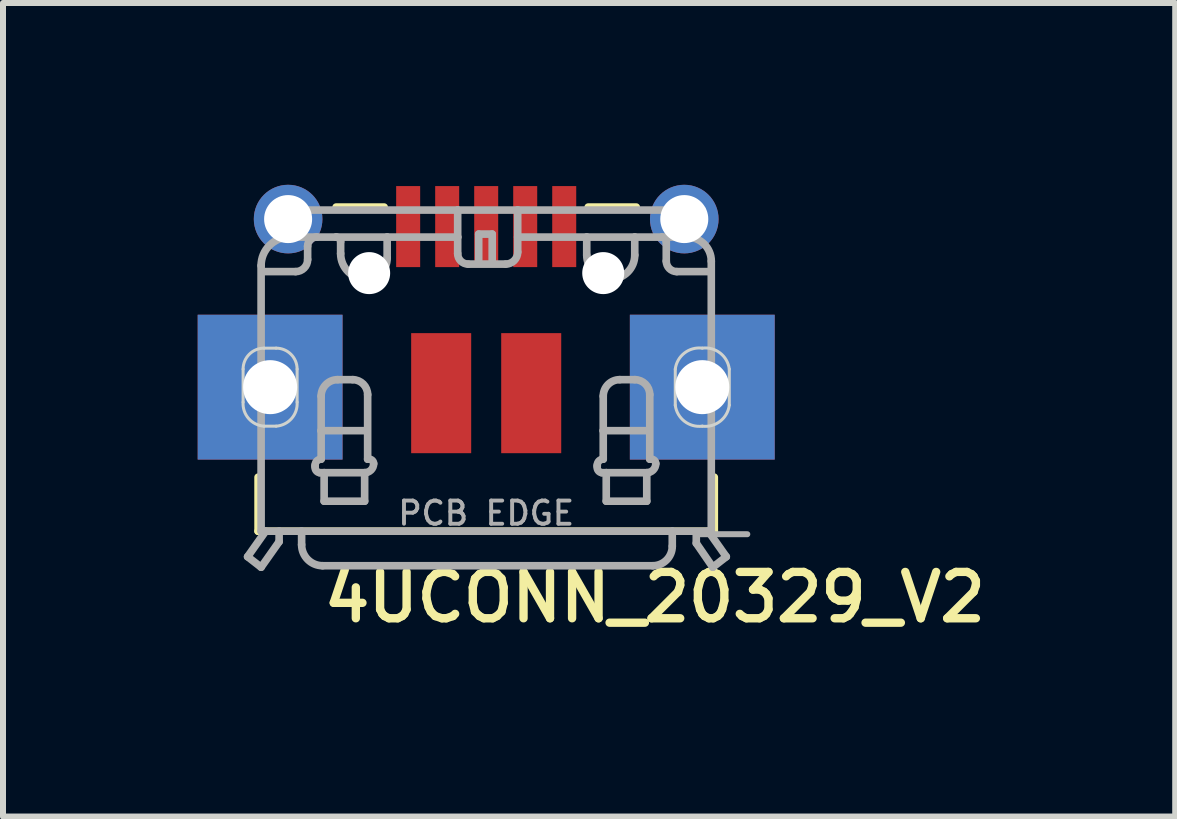
<source format=kicad_pcb>
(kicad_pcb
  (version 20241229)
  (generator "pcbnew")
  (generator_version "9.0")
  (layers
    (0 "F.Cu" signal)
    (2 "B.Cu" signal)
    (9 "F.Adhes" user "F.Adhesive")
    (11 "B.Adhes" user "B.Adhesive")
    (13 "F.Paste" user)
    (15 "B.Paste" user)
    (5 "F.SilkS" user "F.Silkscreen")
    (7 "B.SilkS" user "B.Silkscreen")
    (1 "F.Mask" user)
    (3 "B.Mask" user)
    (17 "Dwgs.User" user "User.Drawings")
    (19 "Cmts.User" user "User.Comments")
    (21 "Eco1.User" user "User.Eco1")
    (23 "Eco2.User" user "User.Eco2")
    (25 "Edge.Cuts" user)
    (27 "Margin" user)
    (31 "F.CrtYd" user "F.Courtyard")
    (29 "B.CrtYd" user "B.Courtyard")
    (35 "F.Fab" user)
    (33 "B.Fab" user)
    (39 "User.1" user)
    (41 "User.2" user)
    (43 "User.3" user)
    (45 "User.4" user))
  (footprint "4UCONN_20329_V2"
    (layer "F.Cu")
    (at 5.05 1.5)
    (property "Reference" "4UCONN_20329_V2" (at -2.778 5.852 180) (layer "F.SilkS") (effects (font (size 0.772 0.772) (thickness 0.139)) (justify left bottom)))
    (attr through_hole)
    (fp_poly (pts (xy -1.55 -0.05) (xy -1.05 -0.05) (xy -1.05 -1.5) (xy -1.55 -1.5)) (stroke (width 0) (type solid)) (fill yes) (layer "F.Mask"))
    (fp_poly (pts (xy -0.9 -0.05) (xy -0.4 -0.05) (xy -0.4 -1.5) (xy -0.9 -1.5)) (stroke (width 0) (type solid)) (fill yes) (layer "F.Mask"))
    (fp_poly (pts (xy -0.25 -0.05) (xy 0.25 -0.05) (xy 0.25 -1.5) (xy -0.25 -1.5)) (stroke (width 0) (type solid)) (fill yes) (layer "F.Mask"))
    (fp_poly (pts (xy 0.4 -0.05) (xy 0.9 -0.05) (xy 0.9 -1.5) (xy 0.4 -1.5)) (stroke (width 0) (type solid)) (fill yes) (layer "F.Mask"))
    (fp_poly (pts (xy 1.05 -0.05) (xy 1.55 -0.05) (xy 1.55 -1.5) (xy 1.05 -1.5)) (stroke (width 0) (type solid)) (fill yes) (layer "F.Mask"))
    (fp_line (start -3.8 3.4) (end -3.8 4.3) (stroke (width 0.127) (type solid)) (layer "F.SilkS"))
    (fp_line (start -3.8 4.3) (end 3.8 4.3) (stroke (width 0.127) (type solid)) (layer "F.SilkS"))
    (fp_line (start -2.5 -1.1) (end -1.7 -1.1) (stroke (width 0.127) (type solid)) (layer "F.SilkS"))
    (fp_line (start 1.7 -1.1) (end 2.5 -1.1) (stroke (width 0.127) (type solid)) (layer "F.SilkS"))
    (fp_line (start 3.8 4.3) (end 3.8 3.4) (stroke (width 0.127) (type solid)) (layer "F.SilkS"))
    (fp_poly (pts (xy -4.85 3.15) (xy -2.35 3.15) (xy -2.35 0.65) (xy -4.85 0.65)) (stroke (width 0) (type solid)) (fill yes) (layer "F.Paste"))
    (fp_poly (pts (xy -1.45 -0.15) (xy -1.15 -0.15) (xy -1.15 -1.4) (xy -1.45 -1.4)) (stroke (width 0) (type solid)) (fill yes) (layer "F.Paste"))
    (fp_poly (pts (xy -0.8 -0.15) (xy -0.5 -0.15) (xy -0.5 -1.4) (xy -0.8 -1.4)) (stroke (width 0) (type solid)) (fill yes) (layer "F.Paste"))
    (fp_poly (pts (xy -0.15 -0.15) (xy 0.15 -0.15) (xy 0.15 -1.4) (xy -0.15 -1.4)) (stroke (width 0) (type solid)) (fill yes) (layer "F.Paste"))
    (fp_poly (pts (xy 0.5 -0.15) (xy 0.8 -0.15) (xy 0.8 -1.4) (xy 0.5 -1.4)) (stroke (width 0) (type solid)) (fill yes) (layer "F.Paste"))
    (fp_poly (pts (xy 1.15 -0.15) (xy 1.45 -0.15) (xy 1.45 -1.4) (xy 1.15 -1.4)) (stroke (width 0) (type solid)) (fill yes) (layer "F.Paste"))
    (fp_poly (pts (xy 2.35 3.15) (xy 4.85 3.15) (xy 4.85 0.65) (xy 2.35 0.65)) (stroke (width 0) (type solid)) (fill yes) (layer "F.Paste"))
    (fp_poly (pts (xy -5.05 -0.9) (xy -5.014 -0.724) (xy -4.925 -0.567) (xy -4.793 -0.445) (xy -4.45 -0.35) (xy -3.35 -0.35) (xy -3.171 -0.37) (xy -3.007 -0.445) (xy -2.875 -0.567) (xy -2.786 -0.724) (xy -2.75 -0.9) (xy -2.786 -1.076) (xy -2.875 -1.233) (xy -3.007 -1.355) (xy -3.35 -1.45) (xy -4.45 -1.45) (xy -4.629 -1.43) (xy -4.793 -1.355) (xy -4.925 -1.233)) (stroke (width 0) (type solid)) (fill yes) (layer "F.Paste"))
    (fp_poly (pts (xy 2.75 -0.9) (xy 2.786 -0.724) (xy 2.875 -0.567) (xy 3.007 -0.445) (xy 3.35 -0.35) (xy 4.45 -0.35) (xy 4.629 -0.37) (xy 4.793 -0.445) (xy 4.925 -0.567) (xy 5.014 -0.724) (xy 5.05 -0.9) (xy 5.014 -1.076) (xy 4.925 -1.233) (xy 4.793 -1.355) (xy 4.45 -1.45) (xy 3.35 -1.45) (xy 3.171 -1.43) (xy 3.007 -1.355) (xy 2.875 -1.233)) (stroke (width 0) (type solid)) (fill yes) (layer "F.Paste"))
    (fp_line (start -4.05 2.15) (end -4.05 1.6) (stroke (width 0.05) (type solid)) (layer "Edge.Cuts"))
    (fp_line (start -3.7 1.25) (end -3.5 1.25) (stroke (width 0.05) (type solid)) (layer "Edge.Cuts"))
    (fp_line (start -3.5 2.55) (end -3.7 2.55) (stroke (width 0.05) (type solid)) (layer "Edge.Cuts"))
    (fp_line (start -3.15 1.6) (end -3.15 2.15) (stroke (width 0.05) (type solid)) (layer "Edge.Cuts"))
    (fp_line (start 3.15 2.2) (end 3.15 1.6) (stroke (width 0.05) (type solid)) (layer "Edge.Cuts"))
    (fp_line (start 4.05 1.6) (end 4.05 2.2) (stroke (width 0.05) (type solid)) (layer "Edge.Cuts"))
    (fp_arc (start -4.05 1.6) (mid -3.947487 1.352513) (end -3.7 1.25) (stroke (width 0.05) (type solid)) (layer "Edge.Cuts"))
    (fp_arc (start -3.7 2.55) (mid -3.957843 2.422487) (end -4.05 2.15) (stroke (width 0.05) (type solid)) (layer "Edge.Cuts"))
    (fp_arc (start -3.5 1.25) (mid -3.252513 1.352513) (end -3.15 1.6) (stroke (width 0.05) (type solid)) (layer "Edge.Cuts"))
    (fp_arc (start -3.15 2.15) (mid -3.242157 2.422487) (end -3.5 2.55) (stroke (width 0.05) (type solid)) (layer "Edge.Cuts"))
    (fp_arc (start 3.15 1.6) (mid 3.302513 1.331802) (end 3.6 1.25) (stroke (width 0.05) (type solid)) (layer "Edge.Cuts"))
    (fp_arc (start 3.6 1.25) (mid 3.897487 1.331802) (end 4.05 1.6) (stroke (width 0.05) (type solid)) (layer "Edge.Cuts"))
    (fp_arc (start 3.6 2.55) (mid 3.302513 2.468198) (end 3.15 2.2) (stroke (width 0.05) (type solid)) (layer "Edge.Cuts"))
    (fp_arc (start 4.05 2.2) (mid 3.897487 2.468198) (end 3.6 2.55) (stroke (width 0.05) (type solid)) (layer "Edge.Cuts"))
    (fp_line (start -3.975 4.725) (end -3.75 4.9) (stroke (width 0.127) (type solid)) (layer "F.Fab"))
    (fp_line (start -3.975 4.725) (end -3.675 4.3) (stroke (width 0.127) (type solid)) (layer "F.Fab"))
    (fp_line (start -3.75 -0.125) (end -3.75 4.3) (stroke (width 0.127) (type solid)) (layer "F.Fab"))
    (fp_line (start -3.75 4.3) (end -3.675 4.3) (stroke (width 0.127) (type solid)) (layer "F.Fab"))
    (fp_line (start -3.75 4.9) (end -3.45 4.475) (stroke (width 0.127) (type solid)) (layer "F.Fab"))
    (fp_line (start -3.725 -0.025) (end -3.175 -0.025) (stroke (width 0.127) (type solid)) (layer "F.Fab"))
    (fp_line (start -3.675 4.3) (end -3.45 4.3) (stroke (width 0.127) (type solid)) (layer "F.Fab"))
    (fp_line (start -3.575 -1.05) (end -0.475 -1.05) (stroke (width 0.127) (type solid)) (layer "F.Fab"))
    (fp_line (start -3.575 -0.75) (end -3.575 -1.05) (stroke (width 0.127) (type solid)) (layer "F.Fab"))
    (fp_line (start -3.45 4.3) (end -3.075 4.3) (stroke (width 0.127) (type solid)) (layer "F.Fab"))
    (fp_line (start -3.45 4.475) (end -3.45 4.3) (stroke (width 0.127) (type solid)) (layer "F.Fab"))
    (fp_line (start -3.425 -0.75) (end -3.575 -0.75) (stroke (width 0.127) (type solid)) (layer "F.Fab"))
    (fp_line (start -3.425 -0.625) (end -3.425 -0.75) (stroke (width 0.127) (type solid)) (layer "F.Fab"))
    (fp_line (start -3.075 4.3) (end -3.075 4.525) (stroke (width 0.127) (type solid)) (layer "F.Fab"))
    (fp_line (start -3.075 4.3) (end 3.1 4.3) (stroke (width 0.127) (type solid)) (layer "F.Fab"))
    (fp_line (start -2.975 -0.225) (end -2.975 -0.45) (stroke (width 0.127) (type solid)) (layer "F.Fab"))
    (fp_line (start -2.85 3.225) (end -2.85 3.2) (stroke (width 0.127) (type solid)) (layer "F.Fab"))
    (fp_line (start -2.825 -0.6) (end -3.275 -0.6) (stroke (width 0.127) (type solid)) (layer "F.Fab"))
    (fp_line (start -2.825 -0.6) (end -2.5 -0.6) (stroke (width 0.127) (type solid)) (layer "F.Fab"))
    (fp_line (start -2.75 2.625) (end -2.75 2.05) (stroke (width 0.127) (type solid)) (layer "F.Fab"))
    (fp_line (start -2.75 2.625) (end -2 2.625) (stroke (width 0.127) (type solid)) (layer "F.Fab"))
    (fp_line (start -2.75 3.1) (end -2.75 2.625) (stroke (width 0.127) (type solid)) (layer "F.Fab"))
    (fp_line (start -2.725 4.875) (end 2.775 4.875) (stroke (width 0.127) (type solid)) (layer "F.Fab"))
    (fp_line (start -2.7 3.325) (end -2.775 3.325) (stroke (width 0.127) (type solid)) (layer "F.Fab"))
    (fp_line (start -2.7 3.325) (end -2 3.325) (stroke (width 0.127) (type solid)) (layer "F.Fab"))
    (fp_line (start -2.7 3.8) (end -2.7 3.325) (stroke (width 0.127) (type solid)) (layer "F.Fab"))
    (fp_line (start -2.475 1.775) (end -2.225 1.775) (stroke (width 0.127) (type solid)) (layer "F.Fab"))
    (fp_line (start -2.425 -0.525) (end -2.425 -0.325) (stroke (width 0.127) (type solid)) (layer "F.Fab"))
    (fp_line (start -2.025 3.325) (end -2.025 3.8) (stroke (width 0.127) (type solid)) (layer "F.Fab"))
    (fp_line (start -2.025 3.8) (end -2.7 3.8) (stroke (width 0.127) (type solid)) (layer "F.Fab"))
    (fp_line (start -1.975 2.025) (end -1.975 3.1) (stroke (width 0.127) (type solid)) (layer "F.Fab"))
    (fp_line (start -1.975 3.1) (end -1.95 3.1) (stroke (width 0.127) (type solid)) (layer "F.Fab"))
    (fp_line (start -1.65 -0.6) (end -2.5 -0.6) (stroke (width 0.127) (type solid)) (layer "F.Fab"))
    (fp_line (start -1.65 -0.25) (end -1.65 -0.6) (stroke (width 0.127) (type solid)) (layer "F.Fab"))
    (fp_line (start -0.475 -1.05) (end 0.525 -1.05) (stroke (width 0.127) (type solid)) (layer "F.Fab"))
    (fp_line (start -0.475 -0.6) (end -1.65 -0.6) (stroke (width 0.127) (type solid)) (layer "F.Fab"))
    (fp_line (start -0.475 -0.6) (end -0.475 -1.05) (stroke (width 0.127) (type solid)) (layer "F.Fab"))
    (fp_line (start -0.475 -0.325) (end -0.475 -0.6) (stroke (width 0.127) (type solid)) (layer "F.Fab"))
    (fp_line (start -0.125 -0.65) (end 0.1 -0.65) (stroke (width 0.127) (type solid)) (layer "F.Fab"))
    (fp_line (start -0.125 -0.175) (end -0.125 -0.65) (stroke (width 0.127) (type solid)) (layer "F.Fab"))
    (fp_line (start 0.1 -0.65) (end 0.1 -0.175) (stroke (width 0.127) (type solid)) (layer "F.Fab"))
    (fp_line (start 0.325 -0.15) (end -0.3 -0.15) (stroke (width 0.127) (type solid)) (layer "F.Fab"))
    (fp_line (start 0.525 -1.05) (end 0.525 -0.6) (stroke (width 0.127) (type solid)) (layer "F.Fab"))
    (fp_line (start 0.525 -1.05) (end 3.6 -1.05) (stroke (width 0.127) (type solid)) (layer "F.Fab"))
    (fp_line (start 0.525 -0.6) (end 0.525 -0.35) (stroke (width 0.127) (type solid)) (layer "F.Fab"))
    (fp_line (start 1.675 -0.6) (end 0.525 -0.6) (stroke (width 0.127) (type solid)) (layer "F.Fab"))
    (fp_line (start 1.675 -0.6) (end 1.675 -0.3) (stroke (width 0.127) (type solid)) (layer "F.Fab"))
    (fp_line (start 1.85 3.225) (end 1.85 3.2) (stroke (width 0.127) (type solid)) (layer "F.Fab"))
    (fp_line (start 1.95 2.625) (end 1.95 2.05) (stroke (width 0.127) (type solid)) (layer "F.Fab"))
    (fp_line (start 1.95 2.625) (end 2.7 2.625) (stroke (width 0.127) (type solid)) (layer "F.Fab"))
    (fp_line (start 1.95 3.1) (end 1.95 2.625) (stroke (width 0.127) (type solid)) (layer "F.Fab"))
    (fp_line (start 2 3.325) (end 1.925 3.325) (stroke (width 0.127) (type solid)) (layer "F.Fab"))
    (fp_line (start 2 3.325) (end 2.7 3.325) (stroke (width 0.127) (type solid)) (layer "F.Fab"))
    (fp_line (start 2 3.8) (end 2 3.325) (stroke (width 0.127) (type solid)) (layer "F.Fab"))
    (fp_line (start 2.225 1.775) (end 2.475 1.775) (stroke (width 0.127) (type solid)) (layer "F.Fab"))
    (fp_line (start 2.475 -0.6) (end 1.675 -0.6) (stroke (width 0.127) (type solid)) (layer "F.Fab"))
    (fp_line (start 2.475 -0.6) (end 2.925 -0.6) (stroke (width 0.127) (type solid)) (layer "F.Fab"))
    (fp_line (start 2.475 -0.3) (end 2.475 -0.6) (stroke (width 0.127) (type solid)) (layer "F.Fab"))
    (fp_line (start 2.675 3.325) (end 2.675 3.8) (stroke (width 0.127) (type solid)) (layer "F.Fab"))
    (fp_line (start 2.675 3.8) (end 2 3.8) (stroke (width 0.127) (type solid)) (layer "F.Fab"))
    (fp_line (start 2.725 2.025) (end 2.725 3.1) (stroke (width 0.127) (type solid)) (layer "F.Fab"))
    (fp_line (start 2.725 3.1) (end 2.75 3.1) (stroke (width 0.127) (type solid)) (layer "F.Fab"))
    (fp_line (start 3 -0.525) (end 3 -0.2) (stroke (width 0.127) (type solid)) (layer "F.Fab"))
    (fp_line (start 3.1 4.3) (end 3.7 4.3) (stroke (width 0.127) (type solid)) (layer "F.Fab"))
    (fp_line (start 3.1 4.55) (end 3.1 4.3) (stroke (width 0.127) (type solid)) (layer "F.Fab"))
    (fp_line (start 3.175 -0.025) (end 3.725 -0.025) (stroke (width 0.127) (type solid)) (layer "F.Fab"))
    (fp_line (start 3.35 -0.775) (end 3.35 -0.6) (stroke (width 0.127) (type solid)) (layer "F.Fab"))
    (fp_line (start 3.35 -0.6) (end 2.925 -0.6) (stroke (width 0.127) (type solid)) (layer "F.Fab"))
    (fp_line (start 3.5 4.35) (end 4.35 4.35) (stroke (width 0.1) (type solid)) (layer "F.Fab"))
    (fp_line (start 3.5 4.5) (end 3.5 4.35) (stroke (width 0.127) (type solid)) (layer "F.Fab"))
    (fp_line (start 3.6 -1.05) (end 3.6 -0.775) (stroke (width 0.127) (type solid)) (layer "F.Fab"))
    (fp_line (start 3.6 -0.775) (end 3.35 -0.775) (stroke (width 0.127) (type solid)) (layer "F.Fab"))
    (fp_line (start 3.7 4.3) (end 3.75 4.3) (stroke (width 0.127) (type solid)) (layer "F.Fab"))
    (fp_line (start 3.7 4.3) (end 4 4.725) (stroke (width 0.127) (type solid)) (layer "F.Fab"))
    (fp_line (start 3.75 4.3) (end 3.75 -0.2) (stroke (width 0.127) (type solid)) (layer "F.Fab"))
    (fp_line (start 3.775 4.9) (end 3.5 4.5) (stroke (width 0.127) (type solid)) (layer "F.Fab"))
    (fp_line (start 4 4.725) (end 3.775 4.9) (stroke (width 0.127) (type solid)) (layer "F.Fab"))
    (fp_arc (start -3.750001 -0.124999) (mid -3.610876 -0.460875) (end -3.275 -0.6) (stroke (width 0.127) (type solid)) (layer "F.Fab"))
    (fp_arc (start -2.975 -0.45) (mid -2.931066 -0.556066) (end -2.825 -0.6) (stroke (width 0.127) (type solid)) (layer "F.Fab"))
    (fp_arc (start -2.975 -0.225) (mid -3.033579 -0.083579) (end -3.175 -0.025) (stroke (width 0.127) (type solid)) (layer "F.Fab"))
    (fp_arc (start -2.85 3.2) (mid -2.820711 3.129289) (end -2.75 3.1) (stroke (width 0.127) (type solid)) (layer "F.Fab"))
    (fp_arc (start -2.775 3.325) (mid -2.833211 3.290533) (end -2.85 3.225) (stroke (width 0.127) (type solid)) (layer "F.Fab"))
    (fp_arc (start -2.75 2.05) (mid -2.669454 1.855546) (end -2.475 1.775) (stroke (width 0.127) (type solid)) (layer "F.Fab"))
    (fp_arc (start -2.725 4.875) (mid -2.972487 4.772487) (end -3.075 4.525) (stroke (width 0.127) (type solid)) (layer "F.Fab"))
    (fp_arc (start -2.5 -0.6) (mid -2.446967 -0.578033) (end -2.425 -0.525) (stroke (width 0.127) (type solid)) (layer "F.Fab"))
    (fp_arc (start -2.225 1.775) (mid -2.048223 1.848223) (end -1.975 2.025) (stroke (width 0.127) (type solid)) (layer "F.Fab"))
    (fp_arc (start -2 0.1) (mid -2.30052 -0.02448) (end -2.425 -0.325) (stroke (width 0.127) (type solid)) (layer "F.Fab"))
    (fp_arc (start -1.95 3.1) (mid -1.896967 3.121967) (end -1.875 3.175) (stroke (width 0.127) (type solid)) (layer "F.Fab"))
    (fp_arc (start -1.875 3.175) (mid -1.918934 3.281066) (end -2.025 3.325) (stroke (width 0.127) (type solid)) (layer "F.Fab"))
    (fp_arc (start -1.65 -0.25) (mid -1.752513 -0.002513) (end -2 0.1) (stroke (width 0.127) (type solid)) (layer "F.Fab"))
    (fp_arc (start -0.3 -0.15) (mid -0.423744 -0.201256) (end -0.475 -0.325) (stroke (width 0.127) (type solid)) (layer "F.Fab"))
    (fp_arc (start 0.525 -0.35) (mid 0.466421 -0.208579) (end 0.325 -0.15) (stroke (width 0.127) (type solid)) (layer "F.Fab"))
    (fp_arc (start 1.85 3.2) (mid 1.879289 3.129289) (end 1.95 3.1) (stroke (width 0.127) (type solid)) (layer "F.Fab"))
    (fp_arc (start 1.925 3.325) (mid 1.866789 3.290533) (end 1.85 3.225) (stroke (width 0.127) (type solid)) (layer "F.Fab"))
    (fp_arc (start 1.95 2.05) (mid 2.030546 1.855546) (end 2.225 1.775) (stroke (width 0.127) (type solid)) (layer "F.Fab"))
    (fp_arc (start 2.075 0.1) (mid 1.792157 -0.017157) (end 1.675 -0.3) (stroke (width 0.127) (type solid)) (layer "F.Fab"))
    (fp_arc (start 2.475 -0.3) (mid 2.357843 -0.017157) (end 2.075 0.1) (stroke (width 0.127) (type solid)) (layer "F.Fab"))
    (fp_arc (start 2.475 1.775) (mid 2.651777 1.848223) (end 2.725 2.025) (stroke (width 0.127) (type solid)) (layer "F.Fab"))
    (fp_arc (start 2.75 3.1) (mid 2.803033 3.121967) (end 2.825 3.175) (stroke (width 0.127) (type solid)) (layer "F.Fab"))
    (fp_arc (start 2.825 3.175) (mid 2.781066 3.281066) (end 2.675 3.325) (stroke (width 0.127) (type solid)) (layer "F.Fab"))
    (fp_arc (start 2.925 -0.6) (mid 2.978033 -0.578033) (end 3 -0.525) (stroke (width 0.127) (type solid)) (layer "F.Fab"))
    (fp_arc (start 3.1 4.55) (mid 3.00481 4.77981) (end 2.775 4.875) (stroke (width 0.127) (type solid)) (layer "F.Fab"))
    (fp_arc (start 3.175 -0.025) (mid 3.051256 -0.076256) (end 3 -0.2) (stroke (width 0.127) (type solid)) (layer "F.Fab"))
    (fp_arc (start 3.349999 -0.599999) (mid 3.632842 -0.482842) (end 3.75 -0.2) (stroke (width 0.127) (type solid)) (layer "F.Fab"))
    (fp_text user "PCB EDGE" (at 0 4 0) (layer "F.Fab") (effects (font (size 0.386 0.386) (thickness 0.065))))
    (pad "" np_thru_hole circle (at -1.95 0) (size 0.7 0.7) (drill 0.7) (layers "*.Cu" "*.Mask"))
    (pad "" np_thru_hole circle (at 1.95 0) (size 0.7 0.7) (drill 0.7) (layers "*.Cu" "*.Mask"))
    (pad "BASE@1" smd rect (at -0.75 2 90) (size 2 1) (layers "F.Cu" "F.Mask" "F.Paste"))
    (pad "BASE@2" smd rect (at 0.75 2 90) (size 2 1) (layers "F.Cu" "F.Mask" "F.Paste"))
    (pad "D+" smd rect (at 0 -0.775) (size 0.4 1.35) (layers "F.Cu" "F.Mask"))
    (pad "D-" smd rect (at -0.65 -0.775) (size 0.4 1.35) (layers "F.Cu" "F.Mask"))
    (pad "GND" smd rect (at 1.3 -0.775) (size 0.4 1.35) (layers "F.Cu" "F.Mask"))
    (pad "ID" smd rect (at 0.65 -0.775) (size 0.4 1.35) (layers "F.Cu" "F.Mask"))
    (pad "SPRT@1" thru_hole circle (at -3.3 -0.9 180) (size 1.143 1.143) (drill 0.8) (layers "*.Cu" "*.Mask"))
    (pad "SPRT@2" thru_hole circle (at 3.3 -0.9) (size 1.143 1.143) (drill 0.8) (layers "*.Cu" "*.Mask"))
    (pad "SPRT@3" thru_hole rect (at -3.6 1.9 90) (size 2.413 2.413) (drill 0.9) (layers "*.Cu" "*.Mask"))
    (pad "SPRT@4" thru_hole rect (at 3.6 1.9 90) (size 2.413 2.413) (drill 0.9) (layers "*.Cu" "*.Mask"))
    (pad "VBUS" smd rect (at -1.3 -0.775) (size 0.4 1.35) (layers "F.Cu" "F.Mask")))
  (gr_rect
    (start -3 -3)
    (end 16.529 10.554)
    (stroke (width 0.1) (type default))
    (fill no)
    (layer "Edge.Cuts")))
</source>
